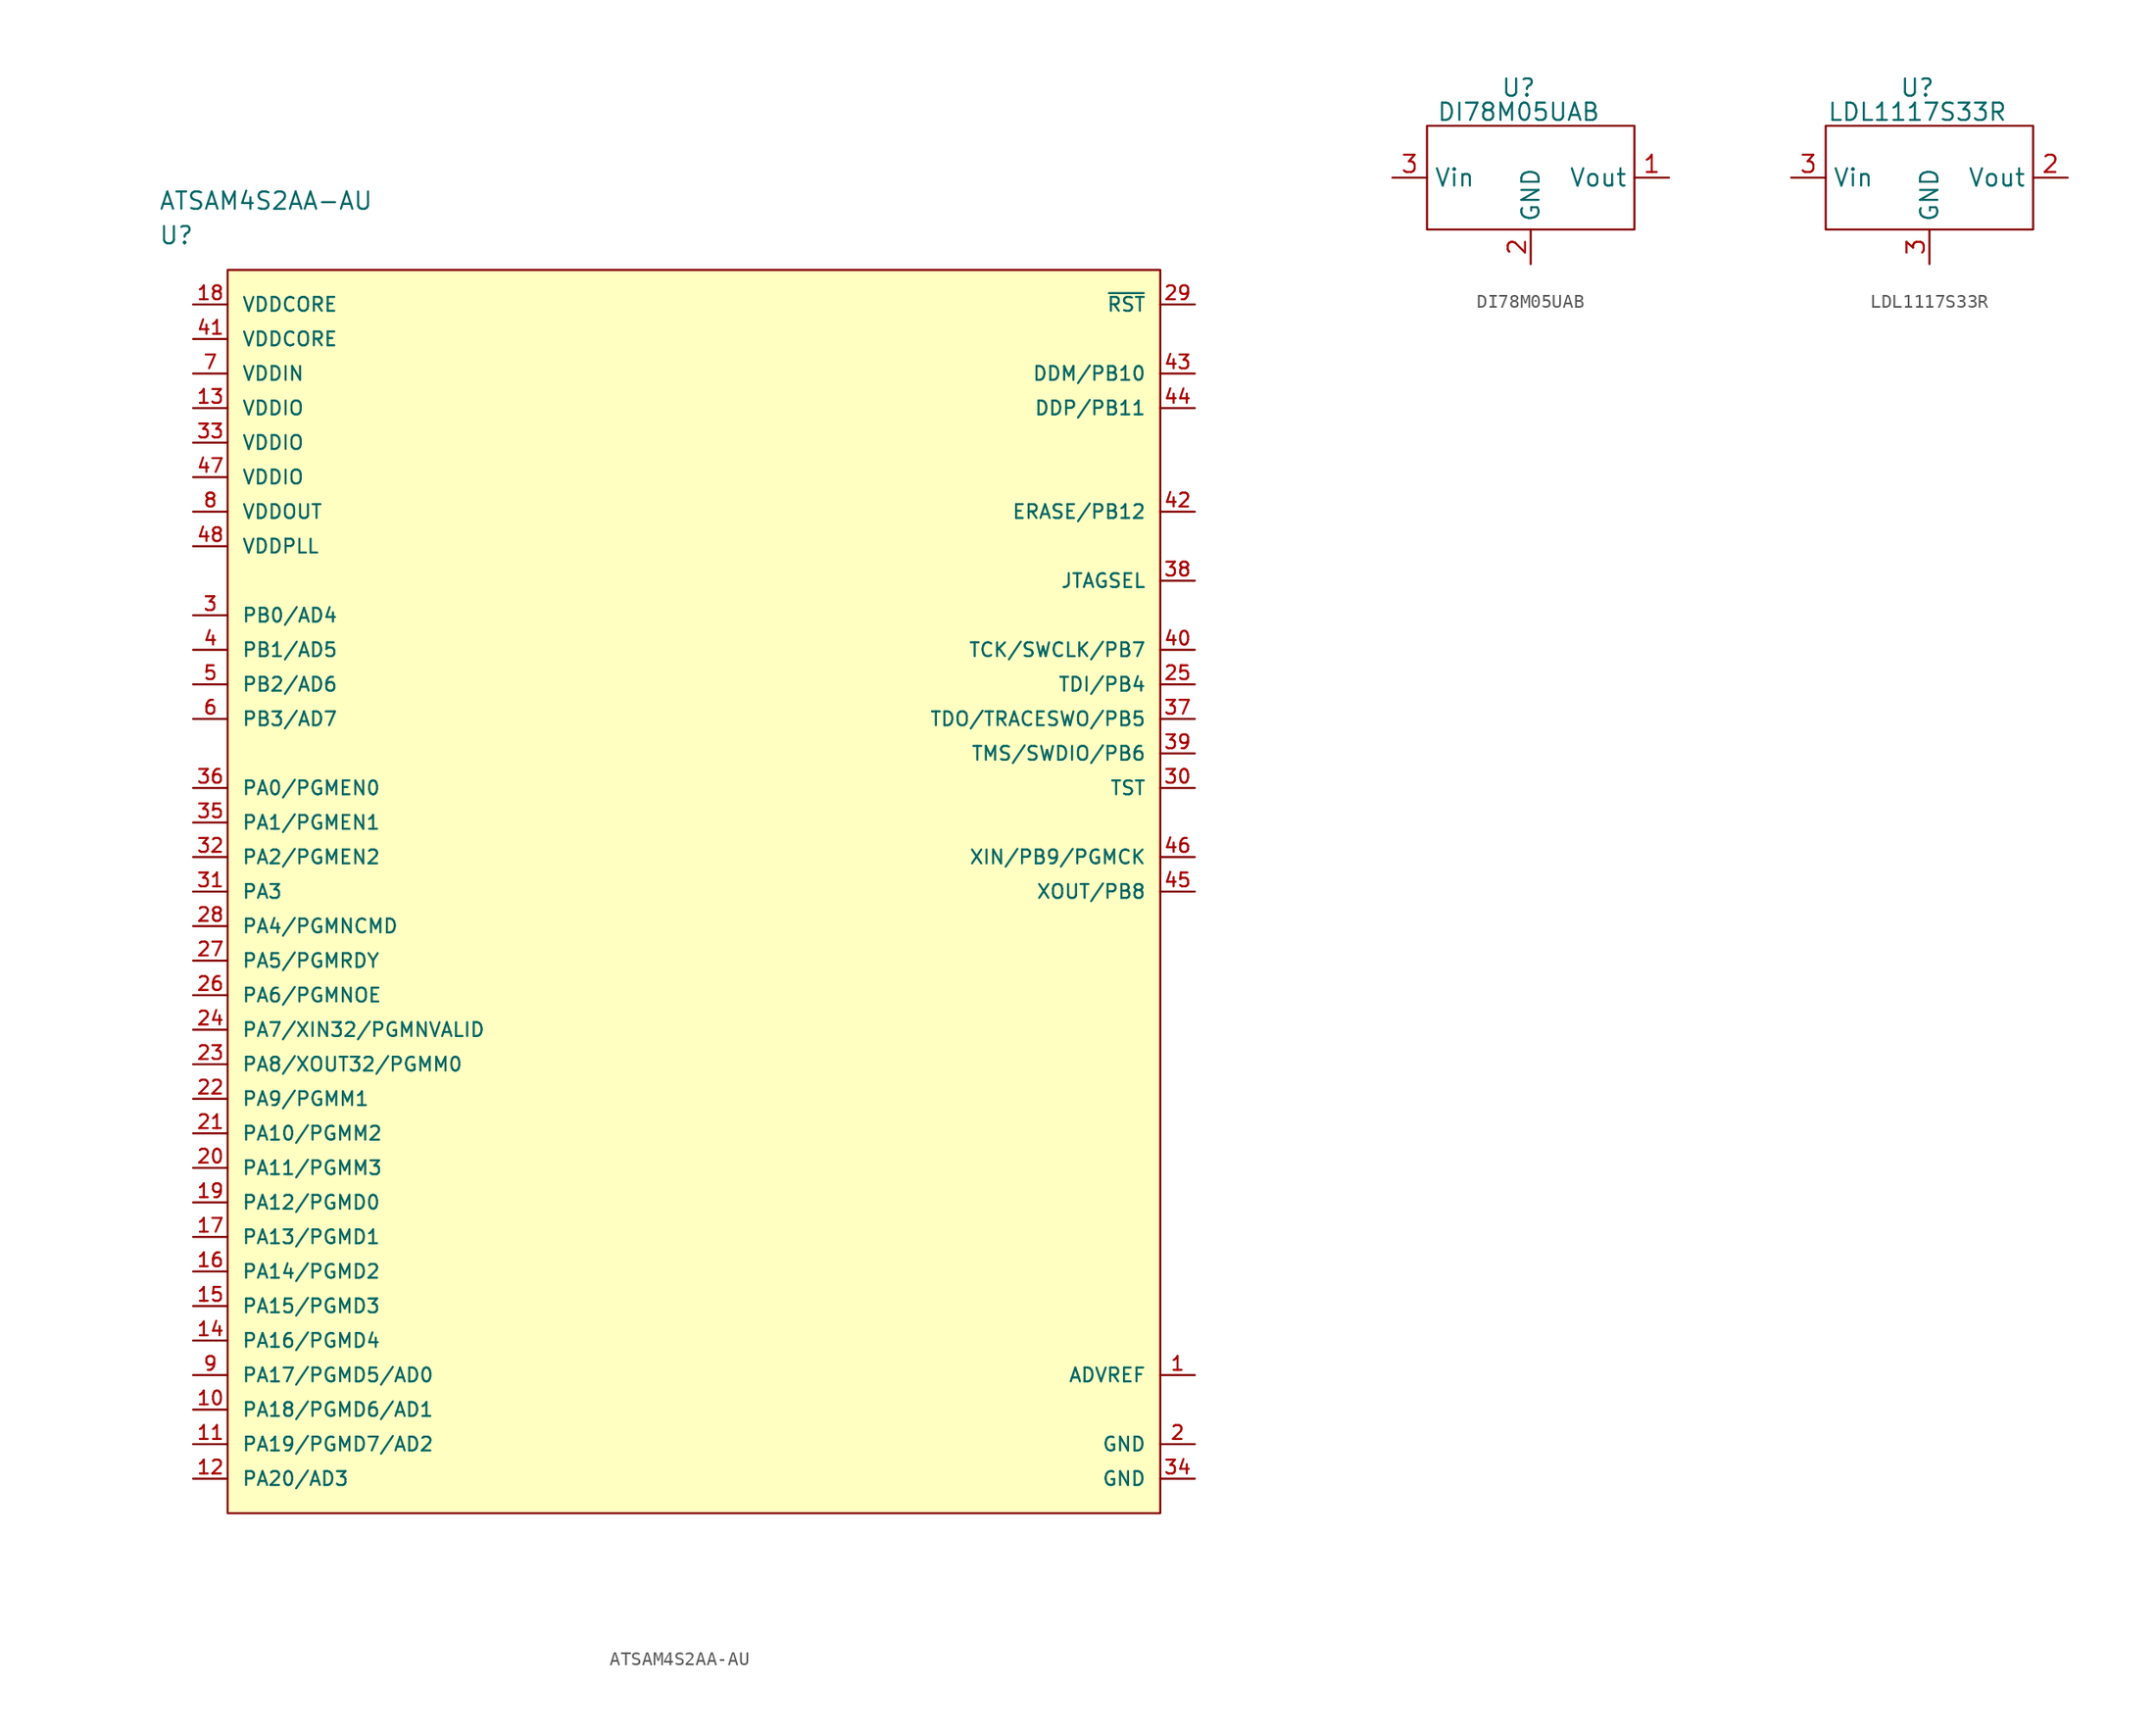
<source format=kicad_sym>
(kicad_symbol_lib
  (version 20220914)
  (generator kicad_symbol_editor)
  (symbol "ATSAM4S2AA-AU"
    (pin_names
      (offset 1.016))
    (property "Reference" "U"
      (at 0 5.08 0)
      (effects (font (size 1.27 1.27)) (justify left)))
    (property "Value" "ATSAM4S2AA-AU"
      (at 0 7.62 0)
      (effects (font (size 1.27 1.27)) (justify left)))
    (property "ki_locked" ""
      (at 0 0 0)
      (effects (font (size 1.27 1.27))))
    (symbol "ATSAM4S2AA-AU_1_1"
      (rectangle (start 5.08 2.54) (end 73.66 -88.9) (stroke (width 0) (type default)) (fill (type background)))
      (pin power_in line (at 76.2 -78.74 180) (length 2.54) (name "ADVREF" (effects (font (size 1.016 1.016)))) (number "1" (effects (font (size 1.016 1.016)))))
      (pin bidirectional line (at 2.54 -81.28 0) (length 2.54) (name "PA18/PGMD6/AD1" (effects (font (size 1.016 1.016)))) (number "10" (effects (font (size 1.016 1.016)))))
      (pin bidirectional line (at 2.54 -83.82 0) (length 2.54) (name "PA19/PGMD7/AD2" (effects (font (size 1.016 1.016)))) (number "11" (effects (font (size 1.016 1.016)))))
      (pin bidirectional line (at 2.54 -86.36 0) (length 2.54) (name "PA20/AD3" (effects (font (size 1.016 1.016)))) (number "12" (effects (font (size 1.016 1.016)))))
      (pin power_in line (at 2.54 -7.62 0) (length 2.54) (name "VDDIO" (effects (font (size 1.016 1.016)))) (number "13" (effects (font (size 1.016 1.016)))))
      (pin bidirectional line (at 2.54 -76.2 0) (length 2.54) (name "PA16/PGMD4" (effects (font (size 1.016 1.016)))) (number "14" (effects (font (size 1.016 1.016)))))
      (pin bidirectional line (at 2.54 -73.66 0) (length 2.54) (name "PA15/PGMD3" (effects (font (size 1.016 1.016)))) (number "15" (effects (font (size 1.016 1.016)))))
      (pin bidirectional line (at 2.54 -71.12 0) (length 2.54) (name "PA14/PGMD2" (effects (font (size 1.016 1.016)))) (number "16" (effects (font (size 1.016 1.016)))))
      (pin bidirectional line (at 2.54 -68.58 0) (length 2.54) (name "PA13/PGMD1" (effects (font (size 1.016 1.016)))) (number "17" (effects (font (size 1.016 1.016)))))
      (pin power_in line (at 2.54 0 0) (length 2.54) (name "VDDCORE" (effects (font (size 1.016 1.016)))) (number "18" (effects (font (size 1.016 1.016)))))
      (pin bidirectional line (at 2.54 -66.04 0) (length 2.54) (name "PA12/PGMD0" (effects (font (size 1.016 1.016)))) (number "19" (effects (font (size 1.016 1.016)))))
      (pin power_in line (at 76.2 -83.82 180) (length 2.54) (name "GND" (effects (font (size 1.016 1.016)))) (number "2" (effects (font (size 1.016 1.016)))))
      (pin bidirectional line (at 2.54 -63.5 0) (length 2.54) (name "PA11/PGMM3" (effects (font (size 1.016 1.016)))) (number "20" (effects (font (size 1.016 1.016)))))
      (pin bidirectional line (at 2.54 -60.96 0) (length 2.54) (name "PA10/PGMM2" (effects (font (size 1.016 1.016)))) (number "21" (effects (font (size 1.016 1.016)))))
      (pin bidirectional line (at 2.54 -58.42 0) (length 2.54) (name "PA9/PGMM1" (effects (font (size 1.016 1.016)))) (number "22" (effects (font (size 1.016 1.016)))))
      (pin bidirectional line (at 2.54 -55.88 0) (length 2.54) (name "PA8/XOUT32/PGMM0" (effects (font (size 1.016 1.016)))) (number "23" (effects (font (size 1.016 1.016)))))
      (pin passive line (at 2.54 -53.34 0) (length 2.54) (name "PA7/XIN32/PGMNVALID" (effects (font (size 1.016 1.016)))) (number "24" (effects (font (size 1.016 1.016)))))
      (pin bidirectional line (at 76.2 -27.94 180) (length 2.54) (name "TDI/PB4" (effects (font (size 1.016 1.016)))) (number "25" (effects (font (size 1.016 1.016)))))
      (pin bidirectional line (at 2.54 -50.8 0) (length 2.54) (name "PA6/PGMNOE" (effects (font (size 1.016 1.016)))) (number "26" (effects (font (size 1.016 1.016)))))
      (pin bidirectional line (at 2.54 -48.26 0) (length 2.54) (name "PA5/PGMRDY" (effects (font (size 1.016 1.016)))) (number "27" (effects (font (size 1.016 1.016)))))
      (pin bidirectional line (at 2.54 -45.72 0) (length 2.54) (name "PA4/PGMNCMD" (effects (font (size 1.016 1.016)))) (number "28" (effects (font (size 1.016 1.016)))))
      (pin passive line (at 76.2 0 180) (length 2.54) (name "~{RST}" (effects (font (size 1.016 1.016)))) (number "29" (effects (font (size 1.016 1.016)))))
      (pin bidirectional line (at 2.54 -22.86 0) (length 2.54) (name "PB0/AD4" (effects (font (size 1.016 1.016)))) (number "3" (effects (font (size 1.016 1.016)))))
      (pin passive line (at 76.2 -35.56 180) (length 2.54) (name "TST" (effects (font (size 1.016 1.016)))) (number "30" (effects (font (size 1.016 1.016)))))
      (pin bidirectional line (at 2.54 -43.18 0) (length 2.54) (name "PA3" (effects (font (size 1.016 1.016)))) (number "31" (effects (font (size 1.016 1.016)))))
      (pin bidirectional line (at 2.54 -40.64 0) (length 2.54) (name "PA2/PGMEN2" (effects (font (size 1.016 1.016)))) (number "32" (effects (font (size 1.016 1.016)))))
      (pin power_in line (at 2.54 -10.16 0) (length 2.54) (name "VDDIO" (effects (font (size 1.016 1.016)))) (number "33" (effects (font (size 1.016 1.016)))))
      (pin power_in line (at 76.2 -86.36 180) (length 2.54) (name "GND" (effects (font (size 1.016 1.016)))) (number "34" (effects (font (size 1.016 1.016)))))
      (pin bidirectional line (at 2.54 -38.1 0) (length 2.54) (name "PA1/PGMEN1" (effects (font (size 1.016 1.016)))) (number "35" (effects (font (size 1.016 1.016)))))
      (pin bidirectional line (at 2.54 -35.56 0) (length 2.54) (name "PA0/PGMEN0" (effects (font (size 1.016 1.016)))) (number "36" (effects (font (size 1.016 1.016)))))
      (pin bidirectional line (at 76.2 -30.48 180) (length 2.54) (name "TDO/TRACESWO/PB5" (effects (font (size 1.016 1.016)))) (number "37" (effects (font (size 1.016 1.016)))))
      (pin passive line (at 76.2 -20.32 180) (length 2.54) (name "JTAGSEL" (effects (font (size 1.016 1.016)))) (number "38" (effects (font (size 1.016 1.016)))))
      (pin bidirectional line (at 76.2 -33.02 180) (length 2.54) (name "TMS/SWDIO/PB6" (effects (font (size 1.016 1.016)))) (number "39" (effects (font (size 1.016 1.016)))))
      (pin bidirectional line (at 2.54 -25.4 0) (length 2.54) (name "PB1/AD5" (effects (font (size 1.016 1.016)))) (number "4" (effects (font (size 1.016 1.016)))))
      (pin bidirectional line (at 76.2 -25.4 180) (length 2.54) (name "TCK/SWCLK/PB7" (effects (font (size 1.016 1.016)))) (number "40" (effects (font (size 1.016 1.016)))))
      (pin power_in line (at 2.54 -2.54 0) (length 2.54) (name "VDDCORE" (effects (font (size 1.016 1.016)))) (number "41" (effects (font (size 1.016 1.016)))))
      (pin passive line (at 76.2 -15.24 180) (length 2.54) (name "ERASE/PB12" (effects (font (size 1.016 1.016)))) (number "42" (effects (font (size 1.016 1.016)))))
      (pin bidirectional line (at 76.2 -5.08 180) (length 2.54) (name "DDM/PB10" (effects (font (size 1.016 1.016)))) (number "43" (effects (font (size 1.016 1.016)))))
      (pin bidirectional line (at 76.2 -7.62 180) (length 2.54) (name "DDP/PB11" (effects (font (size 1.016 1.016)))) (number "44" (effects (font (size 1.016 1.016)))))
      (pin bidirectional line (at 76.2 -43.18 180) (length 2.54) (name "XOUT/PB8" (effects (font (size 1.016 1.016)))) (number "45" (effects (font (size 1.016 1.016)))))
      (pin passive line (at 76.2 -40.64 180) (length 2.54) (name "XIN/PB9/PGMCK" (effects (font (size 1.016 1.016)))) (number "46" (effects (font (size 1.016 1.016)))))
      (pin power_in line (at 2.54 -12.7 0) (length 2.54) (name "VDDIO" (effects (font (size 1.016 1.016)))) (number "47" (effects (font (size 1.016 1.016)))))
      (pin power_in line (at 2.54 -17.78 0) (length 2.54) (name "VDDPLL" (effects (font (size 1.016 1.016)))) (number "48" (effects (font (size 1.016 1.016)))))
      (pin bidirectional line (at 2.54 -27.94 0) (length 2.54) (name "PB2/AD6" (effects (font (size 1.016 1.016)))) (number "5" (effects (font (size 1.016 1.016)))))
      (pin bidirectional line (at 2.54 -30.48 0) (length 2.54) (name "PB3/AD7" (effects (font (size 1.016 1.016)))) (number "6" (effects (font (size 1.016 1.016)))))
      (pin power_in line (at 2.54 -5.08 0) (length 2.54) (name "VDDIN" (effects (font (size 1.016 1.016)))) (number "7" (effects (font (size 1.016 1.016)))))
      (pin power_in line (at 2.54 -15.24 0) (length 2.54) (name "VDDOUT" (effects (font (size 1.016 1.016)))) (number "8" (effects (font (size 1.016 1.016)))))
      (pin bidirectional line (at 2.54 -78.74 0) (length 2.54) (name "PA17/PGMD5/AD0" (effects (font (size 1.016 1.016)))) (number "9" (effects (font (size 1.016 1.016)))))))
  (symbol "DI78M05UAB"
    (property "Reference" "U"
      (at 6.731 2.794 0)
      (effects (font (size 1.27 1.27))))
    (property "Value" "DI78M05UAB"
      (at 6.731 1.016 0)
      (effects (font (size 1.27 1.27))))
    (symbol "DI78M05UAB_0_1"
      (rectangle (start 0 0) (end 15.24 -7.62) (stroke (width 0) (type default)) (fill (type none))))
    (symbol "DI78M05UAB_1_1"
      (pin power_out line (at 17.78 -3.81 180) (length 2.54) (name "Vout" (effects (font (size 1.27 1.27)))) (number "1" (effects (font (size 1.27 1.27)))))
      (pin power_in line (at 7.62 -10.16 90) (length 2.54) (name "GND" (effects (font (size 1.27 1.27)))) (number "2" (effects (font (size 1.27 1.27)))))
      (pin power_in line (at -2.54 -3.81 0) (length 2.54) (name "Vin" (effects (font (size 1.27 1.27)))) (number "3" (effects (font (size 1.27 1.27)))))))
  (symbol "LDL1117S33R"
    (property "Reference" "U"
      (at 6.731 2.794 0)
      (effects (font (size 1.27 1.27))))
    (property "Value" "LDL1117S33R"
      (at 6.731 1.016 0)
      (effects (font (size 1.27 1.27))))
    (symbol "LDL1117S33R_0_1"
      (rectangle (start 0 0) (end 15.24 -7.62) (stroke (width 0) (type default)) (fill (type none))))
    (symbol "LDL1117S33R_1_1"
      (pin power_out line (at 17.78 -3.81 180) (length 2.54) (name "Vout" (effects (font (size 1.27 1.27)))) (number "2" (effects (font (size 1.27 1.27)))))
      (pin power_in line (at 7.62 -10.16 90) (length 2.54) (name "GND" (effects (font (size 1.27 1.27)))) (number "3" (effects (font (size 1.27 1.27)))))
      (pin power_in line (at -2.54 -3.81 0) (length 2.54) (name "Vin" (effects (font (size 1.27 1.27)))) (number "3" (effects (font (size 1.27 1.27))))))))
</source>
